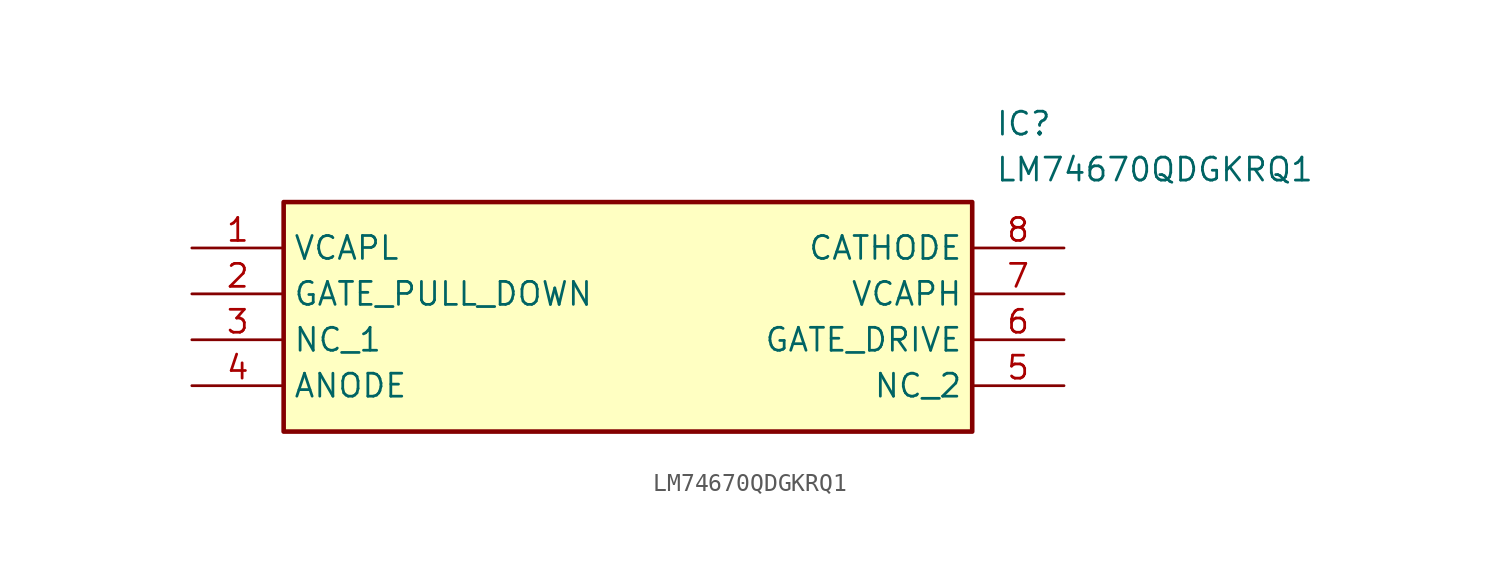
<source format=kicad_sym>
(kicad_symbol_lib
  (version 20220914)
  (generator kicad_symbol_editor)
  (symbol "LM74670QDGKRQ1"
    (property "Reference" "IC"
      (at 44.45 7.62 0)
      (effects (font (size 1.27 1.27)) (justify left top)))
    (property "Value" "LM74670QDGKRQ1"
      (at 44.45 5.08 0)
      (effects (font (size 1.27 1.27)) (justify left top)))
    (symbol "LM74670QDGKRQ1_1_1"
      (rectangle (start 5.08 2.54) (end 43.18 -10.16) (stroke (width 0.254) (type default)) (fill (type background)))
      (pin passive line (at 0 0 0) (length 5.08) (name "VCAPL" (effects (font (size 1.27 1.27)))) (number "1" (effects (font (size 1.27 1.27)))))
      (pin passive line (at 0 -2.54 0) (length 5.08) (name "GATE_PULL_DOWN" (effects (font (size 1.27 1.27)))) (number "2" (effects (font (size 1.27 1.27)))))
      (pin passive line (at 0 -5.08 0) (length 5.08) (name "NC_1" (effects (font (size 1.27 1.27)))) (number "3" (effects (font (size 1.27 1.27)))))
      (pin passive line (at 0 -7.62 0) (length 5.08) (name "ANODE" (effects (font (size 1.27 1.27)))) (number "4" (effects (font (size 1.27 1.27)))))
      (pin passive line (at 48.26 -7.62 180) (length 5.08) (name "NC_2" (effects (font (size 1.27 1.27)))) (number "5" (effects (font (size 1.27 1.27)))))
      (pin passive line (at 48.26 -5.08 180) (length 5.08) (name "GATE_DRIVE" (effects (font (size 1.27 1.27)))) (number "6" (effects (font (size 1.27 1.27)))))
      (pin passive line (at 48.26 -2.54 180) (length 5.08) (name "VCAPH" (effects (font (size 1.27 1.27)))) (number "7" (effects (font (size 1.27 1.27)))))
      (pin passive line (at 48.26 0 180) (length 5.08) (name "CATHODE" (effects (font (size 1.27 1.27)))) (number "8" (effects (font (size 1.27 1.27))))))))
</source>
